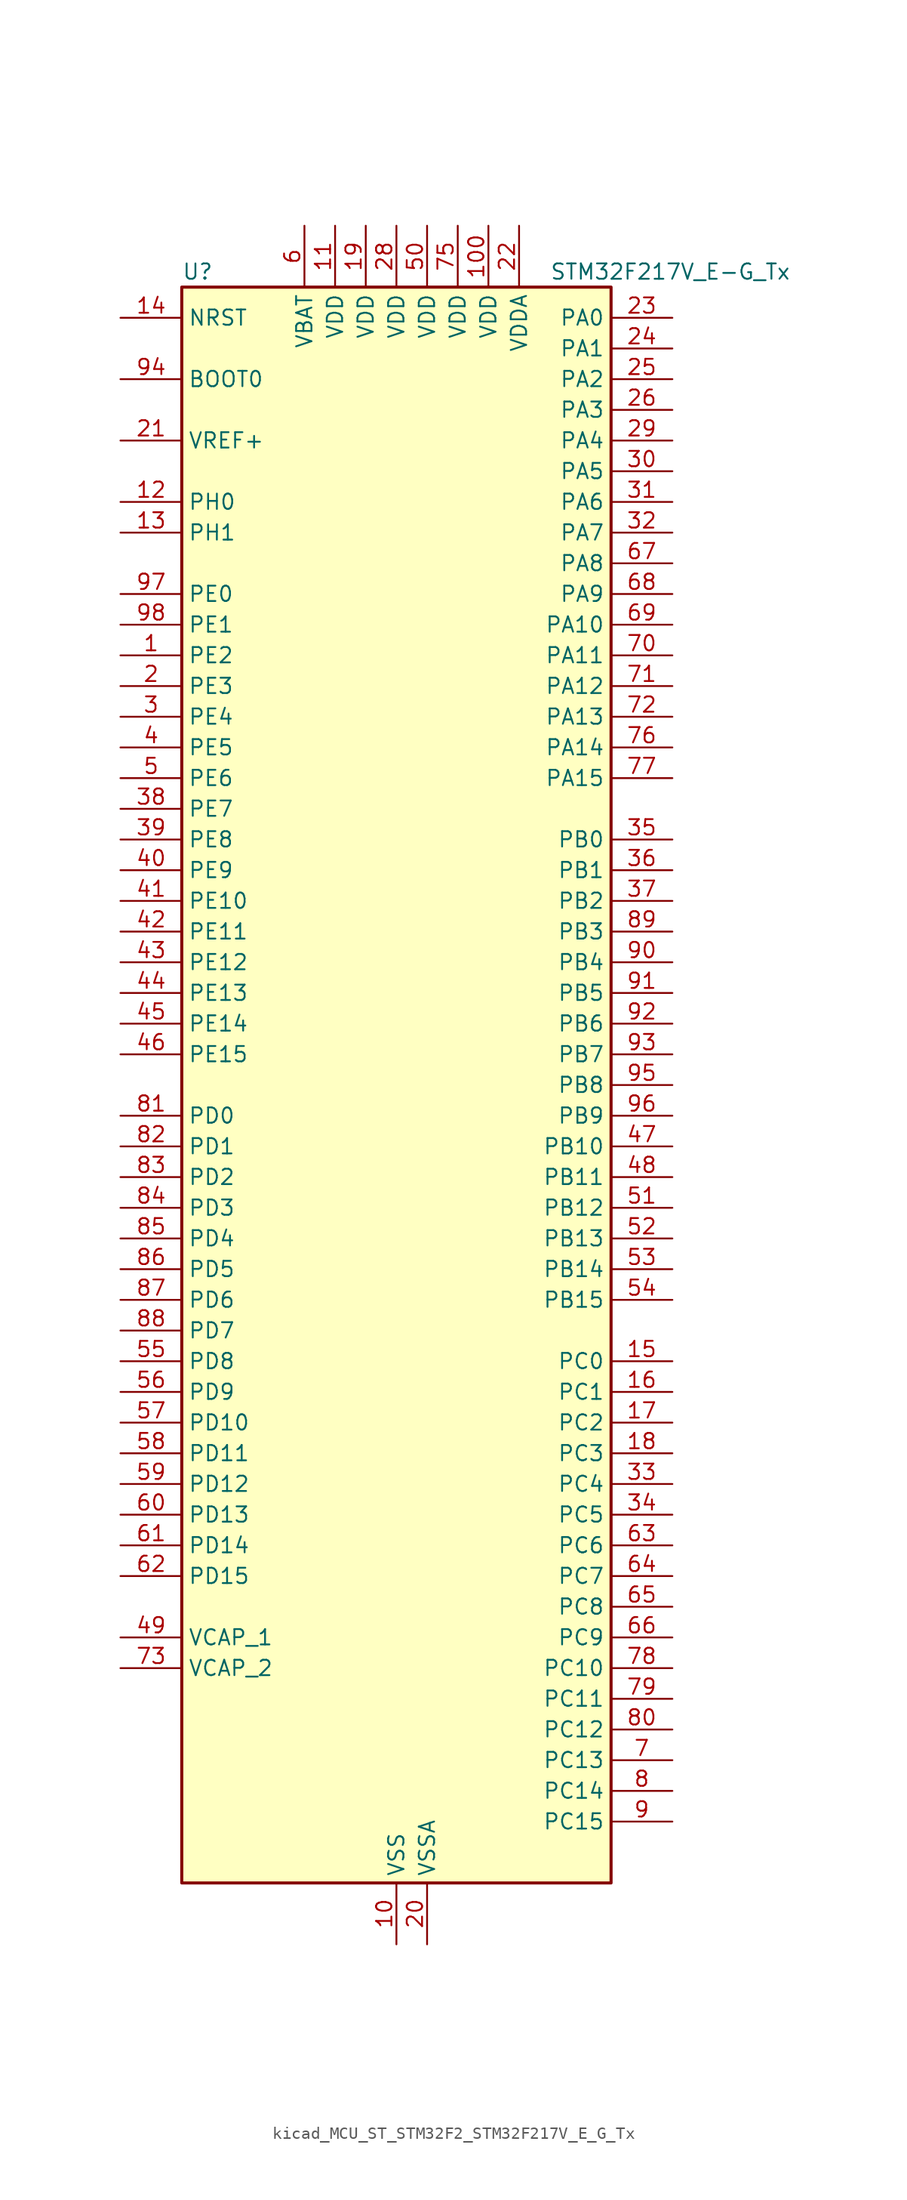
<source format=kicad_sym>
(kicad_symbol_lib
  (version 20220914)
  (generator kicad_symbol_editor)
  (symbol "kicad_MCU_ST_STM32F2_STM32F217V_E_G_Tx"
    (property "Reference" "U"
      (at -17.78 67.31 0)
      (effects (font (size 1.27 1.27)) (justify left)))
    (property "Value" "STM32F217V_E-G_Tx"
      (at 12.7 67.31 0)
      (effects (font (size 1.27 1.27)) (justify left)))
    (property "ki_locked" ""
      (at 0 0 0)
      (effects (font (size 1.27 1.27))))
    (symbol "kicad_MCU_ST_STM32F2_STM32F217V_E_G_Tx_0_1"
      (rectangle (start -17.78 -66.04) (end 17.78 66.04) (stroke (width 0.254) (type default)) (fill (type background))))
    (symbol "kicad_MCU_ST_STM32F2_STM32F217V_E_G_Tx_1_1"
      (pin bidirectional line (at -22.86 35.56 0) (length 5.08) (name "PE2" (effects (font (size 1.27 1.27)))) (number "1" (effects (font (size 1.27 1.27)))) (alternate "ETH_TXD3" bidirectional line) (alternate "FSMC_A23" bidirectional line) (alternate "SYS_TRACECLK" bidirectional line))
      (pin power_in line (at 0 -71.12 90) (length 5.08) (name "VSS" (effects (font (size 1.27 1.27)))) (number "10" (effects (font (size 1.27 1.27)))))
      (pin power_in line (at 7.62 71.12 270) (length 5.08) (name "VDD" (effects (font (size 1.27 1.27)))) (number "100" (effects (font (size 1.27 1.27)))))
      (pin power_in line (at -5.08 71.12 270) (length 5.08) (name "VDD" (effects (font (size 1.27 1.27)))) (number "11" (effects (font (size 1.27 1.27)))))
      (pin bidirectional line (at -22.86 48.26 0) (length 5.08) (name "PH0" (effects (font (size 1.27 1.27)))) (number "12" (effects (font (size 1.27 1.27)))) (alternate "RCC_OSC_IN" bidirectional line))
      (pin bidirectional line (at -22.86 45.72 0) (length 5.08) (name "PH1" (effects (font (size 1.27 1.27)))) (number "13" (effects (font (size 1.27 1.27)))) (alternate "RCC_OSC_OUT" bidirectional line))
      (pin input line (at -22.86 63.5 0) (length 5.08) (name "NRST" (effects (font (size 1.27 1.27)))) (number "14" (effects (font (size 1.27 1.27)))))
      (pin bidirectional line (at 22.86 -22.86 180) (length 5.08) (name "PC0" (effects (font (size 1.27 1.27)))) (number "15" (effects (font (size 1.27 1.27)))) (alternate "ADC1_IN10" bidirectional line) (alternate "ADC2_IN10" bidirectional line) (alternate "ADC3_IN10" bidirectional line) (alternate "USB_OTG_HS_ULPI_STP" bidirectional line))
      (pin bidirectional line (at 22.86 -25.4 180) (length 5.08) (name "PC1" (effects (font (size 1.27 1.27)))) (number "16" (effects (font (size 1.27 1.27)))) (alternate "ADC1_IN11" bidirectional line) (alternate "ADC2_IN11" bidirectional line) (alternate "ADC3_IN11" bidirectional line) (alternate "ETH_MDC" bidirectional line))
      (pin bidirectional line (at 22.86 -27.94 180) (length 5.08) (name "PC2" (effects (font (size 1.27 1.27)))) (number "17" (effects (font (size 1.27 1.27)))) (alternate "ADC1_IN12" bidirectional line) (alternate "ADC2_IN12" bidirectional line) (alternate "ADC3_IN12" bidirectional line) (alternate "ETH_TXD2" bidirectional line) (alternate "SPI2_MISO" bidirectional line) (alternate "USB_OTG_HS_ULPI_DIR" bidirectional line))
      (pin bidirectional line (at 22.86 -30.48 180) (length 5.08) (name "PC3" (effects (font (size 1.27 1.27)))) (number "18" (effects (font (size 1.27 1.27)))) (alternate "ADC1_IN13" bidirectional line) (alternate "ADC2_IN13" bidirectional line) (alternate "ADC3_IN13" bidirectional line) (alternate "ETH_TX_CLK" bidirectional line) (alternate "I2S2_SD" bidirectional line) (alternate "SPI2_MOSI" bidirectional line) (alternate "USB_OTG_HS_ULPI_NXT" bidirectional line))
      (pin power_in line (at -2.54 71.12 270) (length 5.08) (name "VDD" (effects (font (size 1.27 1.27)))) (number "19" (effects (font (size 1.27 1.27)))))
      (pin bidirectional line (at -22.86 33.02 0) (length 5.08) (name "PE3" (effects (font (size 1.27 1.27)))) (number "2" (effects (font (size 1.27 1.27)))) (alternate "FSMC_A19" bidirectional line) (alternate "SYS_TRACED0" bidirectional line))
      (pin power_in line (at 2.54 -71.12 90) (length 5.08) (name "VSSA" (effects (font (size 1.27 1.27)))) (number "20" (effects (font (size 1.27 1.27)))))
      (pin input line (at -22.86 53.34 0) (length 5.08) (name "VREF+" (effects (font (size 1.27 1.27)))) (number "21" (effects (font (size 1.27 1.27)))))
      (pin power_in line (at 10.16 71.12 270) (length 5.08) (name "VDDA" (effects (font (size 1.27 1.27)))) (number "22" (effects (font (size 1.27 1.27)))))
      (pin bidirectional line (at 22.86 63.5 180) (length 5.08) (name "PA0" (effects (font (size 1.27 1.27)))) (number "23" (effects (font (size 1.27 1.27)))) (alternate "ADC1_IN0" bidirectional line) (alternate "ADC2_IN0" bidirectional line) (alternate "ADC3_IN0" bidirectional line) (alternate "ETH_CRS" bidirectional line) (alternate "SYS_WKUP" bidirectional line) (alternate "TIM2_CH1" bidirectional line) (alternate "TIM2_ETR" bidirectional line) (alternate "TIM5_CH1" bidirectional line) (alternate "TIM8_ETR" bidirectional line) (alternate "UART4_TX" bidirectional line) (alternate "USART2_CTS" bidirectional line))
      (pin bidirectional line (at 22.86 60.96 180) (length 5.08) (name "PA1" (effects (font (size 1.27 1.27)))) (number "24" (effects (font (size 1.27 1.27)))) (alternate "ADC1_IN1" bidirectional line) (alternate "ADC2_IN1" bidirectional line) (alternate "ADC3_IN1" bidirectional line) (alternate "ETH_REF_CLK" bidirectional line) (alternate "ETH_RX_CLK" bidirectional line) (alternate "TIM2_CH2" bidirectional line) (alternate "TIM5_CH2" bidirectional line) (alternate "UART4_RX" bidirectional line) (alternate "USART2_RTS" bidirectional line))
      (pin bidirectional line (at 22.86 58.42 180) (length 5.08) (name "PA2" (effects (font (size 1.27 1.27)))) (number "25" (effects (font (size 1.27 1.27)))) (alternate "ADC1_IN2" bidirectional line) (alternate "ADC2_IN2" bidirectional line) (alternate "ADC3_IN2" bidirectional line) (alternate "ETH_MDIO" bidirectional line) (alternate "TIM2_CH3" bidirectional line) (alternate "TIM5_CH3" bidirectional line) (alternate "TIM9_CH1" bidirectional line) (alternate "USART2_TX" bidirectional line))
      (pin bidirectional line (at 22.86 55.88 180) (length 5.08) (name "PA3" (effects (font (size 1.27 1.27)))) (number "26" (effects (font (size 1.27 1.27)))) (alternate "ADC1_IN3" bidirectional line) (alternate "ADC2_IN3" bidirectional line) (alternate "ADC3_IN3" bidirectional line) (alternate "ETH_COL" bidirectional line) (alternate "TIM2_CH4" bidirectional line) (alternate "TIM5_CH4" bidirectional line) (alternate "TIM9_CH2" bidirectional line) (alternate "USART2_RX" bidirectional line) (alternate "USB_OTG_HS_ULPI_D0" bidirectional line))
      (pin passive line (at 0 -71.12 90) (length 5.08) hide (name "VSS" (effects (font (size 1.27 1.27)))) (number "27" (effects (font (size 1.27 1.27)))))
      (pin power_in line (at 0 71.12 270) (length 5.08) (name "VDD" (effects (font (size 1.27 1.27)))) (number "28" (effects (font (size 1.27 1.27)))))
      (pin bidirectional line (at 22.86 53.34 180) (length 5.08) (name "PA4" (effects (font (size 1.27 1.27)))) (number "29" (effects (font (size 1.27 1.27)))) (alternate "ADC1_IN4" bidirectional line) (alternate "ADC2_IN4" bidirectional line) (alternate "DAC_OUT1" bidirectional line) (alternate "DCMI_HSYNC" bidirectional line) (alternate "I2S3_WS" bidirectional line) (alternate "SPI1_NSS" bidirectional line) (alternate "SPI3_NSS" bidirectional line) (alternate "USART2_CK" bidirectional line) (alternate "USB_OTG_HS_SOF" bidirectional line))
      (pin bidirectional line (at -22.86 30.48 0) (length 5.08) (name "PE4" (effects (font (size 1.27 1.27)))) (number "3" (effects (font (size 1.27 1.27)))) (alternate "DCMI_D4" bidirectional line) (alternate "FSMC_A20" bidirectional line) (alternate "SYS_TRACED1" bidirectional line))
      (pin bidirectional line (at 22.86 50.8 180) (length 5.08) (name "PA5" (effects (font (size 1.27 1.27)))) (number "30" (effects (font (size 1.27 1.27)))) (alternate "ADC1_IN5" bidirectional line) (alternate "ADC2_IN5" bidirectional line) (alternate "DAC_OUT2" bidirectional line) (alternate "SPI1_SCK" bidirectional line) (alternate "TIM2_CH1" bidirectional line) (alternate "TIM2_ETR" bidirectional line) (alternate "TIM8_CH1N" bidirectional line) (alternate "USB_OTG_HS_ULPI_CK" bidirectional line))
      (pin bidirectional line (at 22.86 48.26 180) (length 5.08) (name "PA6" (effects (font (size 1.27 1.27)))) (number "31" (effects (font (size 1.27 1.27)))) (alternate "ADC1_IN6" bidirectional line) (alternate "ADC2_IN6" bidirectional line) (alternate "DCMI_PIXCLK" bidirectional line) (alternate "SPI1_MISO" bidirectional line) (alternate "TIM13_CH1" bidirectional line) (alternate "TIM1_BKIN" bidirectional line) (alternate "TIM3_CH1" bidirectional line) (alternate "TIM8_BKIN" bidirectional line))
      (pin bidirectional line (at 22.86 45.72 180) (length 5.08) (name "PA7" (effects (font (size 1.27 1.27)))) (number "32" (effects (font (size 1.27 1.27)))) (alternate "ADC1_IN7" bidirectional line) (alternate "ADC2_IN7" bidirectional line) (alternate "ETH_CRS_DV" bidirectional line) (alternate "ETH_RX_DV" bidirectional line) (alternate "SPI1_MOSI" bidirectional line) (alternate "TIM14_CH1" bidirectional line) (alternate "TIM1_CH1N" bidirectional line) (alternate "TIM3_CH2" bidirectional line) (alternate "TIM8_CH1N" bidirectional line))
      (pin bidirectional line (at 22.86 -33.02 180) (length 5.08) (name "PC4" (effects (font (size 1.27 1.27)))) (number "33" (effects (font (size 1.27 1.27)))) (alternate "ADC1_IN14" bidirectional line) (alternate "ADC2_IN14" bidirectional line) (alternate "ETH_RXD0" bidirectional line))
      (pin bidirectional line (at 22.86 -35.56 180) (length 5.08) (name "PC5" (effects (font (size 1.27 1.27)))) (number "34" (effects (font (size 1.27 1.27)))) (alternate "ADC1_IN15" bidirectional line) (alternate "ADC2_IN15" bidirectional line) (alternate "ETH_RXD1" bidirectional line))
      (pin bidirectional line (at 22.86 20.32 180) (length 5.08) (name "PB0" (effects (font (size 1.27 1.27)))) (number "35" (effects (font (size 1.27 1.27)))) (alternate "ADC1_IN8" bidirectional line) (alternate "ADC2_IN8" bidirectional line) (alternate "ETH_RXD2" bidirectional line) (alternate "TIM1_CH2N" bidirectional line) (alternate "TIM3_CH3" bidirectional line) (alternate "TIM8_CH2N" bidirectional line) (alternate "USB_OTG_HS_ULPI_D1" bidirectional line))
      (pin bidirectional line (at 22.86 17.78 180) (length 5.08) (name "PB1" (effects (font (size 1.27 1.27)))) (number "36" (effects (font (size 1.27 1.27)))) (alternate "ADC1_IN9" bidirectional line) (alternate "ADC2_IN9" bidirectional line) (alternate "ETH_RXD3" bidirectional line) (alternate "TIM1_CH3N" bidirectional line) (alternate "TIM3_CH4" bidirectional line) (alternate "TIM8_CH3N" bidirectional line) (alternate "USB_OTG_HS_ULPI_D2" bidirectional line))
      (pin bidirectional line (at 22.86 15.24 180) (length 5.08) (name "PB2" (effects (font (size 1.27 1.27)))) (number "37" (effects (font (size 1.27 1.27)))))
      (pin bidirectional line (at -22.86 22.86 0) (length 5.08) (name "PE7" (effects (font (size 1.27 1.27)))) (number "38" (effects (font (size 1.27 1.27)))) (alternate "FSMC_D4" bidirectional line) (alternate "FSMC_DA4" bidirectional line) (alternate "TIM1_ETR" bidirectional line))
      (pin bidirectional line (at -22.86 20.32 0) (length 5.08) (name "PE8" (effects (font (size 1.27 1.27)))) (number "39" (effects (font (size 1.27 1.27)))) (alternate "FSMC_D5" bidirectional line) (alternate "FSMC_DA5" bidirectional line) (alternate "TIM1_CH1N" bidirectional line))
      (pin bidirectional line (at -22.86 27.94 0) (length 5.08) (name "PE5" (effects (font (size 1.27 1.27)))) (number "4" (effects (font (size 1.27 1.27)))) (alternate "DCMI_D6" bidirectional line) (alternate "FSMC_A21" bidirectional line) (alternate "SYS_TRACED2" bidirectional line) (alternate "TIM9_CH1" bidirectional line))
      (pin bidirectional line (at -22.86 17.78 0) (length 5.08) (name "PE9" (effects (font (size 1.27 1.27)))) (number "40" (effects (font (size 1.27 1.27)))) (alternate "DAC_EXTI9" bidirectional line) (alternate "FSMC_D6" bidirectional line) (alternate "FSMC_DA6" bidirectional line) (alternate "TIM1_CH1" bidirectional line))
      (pin bidirectional line (at -22.86 15.24 0) (length 5.08) (name "PE10" (effects (font (size 1.27 1.27)))) (number "41" (effects (font (size 1.27 1.27)))) (alternate "FSMC_D7" bidirectional line) (alternate "FSMC_DA7" bidirectional line) (alternate "TIM1_CH2N" bidirectional line))
      (pin bidirectional line (at -22.86 12.7 0) (length 5.08) (name "PE11" (effects (font (size 1.27 1.27)))) (number "42" (effects (font (size 1.27 1.27)))) (alternate "ADC1_EXTI11" bidirectional line) (alternate "ADC2_EXTI11" bidirectional line) (alternate "ADC3_EXTI11" bidirectional line) (alternate "FSMC_D8" bidirectional line) (alternate "FSMC_DA8" bidirectional line) (alternate "TIM1_CH2" bidirectional line))
      (pin bidirectional line (at -22.86 10.16 0) (length 5.08) (name "PE12" (effects (font (size 1.27 1.27)))) (number "43" (effects (font (size 1.27 1.27)))) (alternate "FSMC_D9" bidirectional line) (alternate "FSMC_DA9" bidirectional line) (alternate "TIM1_CH3N" bidirectional line))
      (pin bidirectional line (at -22.86 7.62 0) (length 5.08) (name "PE13" (effects (font (size 1.27 1.27)))) (number "44" (effects (font (size 1.27 1.27)))) (alternate "FSMC_D10" bidirectional line) (alternate "FSMC_DA10" bidirectional line) (alternate "TIM1_CH3" bidirectional line))
      (pin bidirectional line (at -22.86 5.08 0) (length 5.08) (name "PE14" (effects (font (size 1.27 1.27)))) (number "45" (effects (font (size 1.27 1.27)))) (alternate "FSMC_D11" bidirectional line) (alternate "FSMC_DA11" bidirectional line) (alternate "TIM1_CH4" bidirectional line))
      (pin bidirectional line (at -22.86 2.54 0) (length 5.08) (name "PE15" (effects (font (size 1.27 1.27)))) (number "46" (effects (font (size 1.27 1.27)))) (alternate "ADC1_EXTI15" bidirectional line) (alternate "ADC2_EXTI15" bidirectional line) (alternate "ADC3_EXTI15" bidirectional line) (alternate "FSMC_D12" bidirectional line) (alternate "FSMC_DA12" bidirectional line) (alternate "TIM1_BKIN" bidirectional line))
      (pin bidirectional line (at 22.86 -5.08 180) (length 5.08) (name "PB10" (effects (font (size 1.27 1.27)))) (number "47" (effects (font (size 1.27 1.27)))) (alternate "ETH_RX_ER" bidirectional line) (alternate "I2C2_SCL" bidirectional line) (alternate "I2S2_SCK" bidirectional line) (alternate "SPI2_SCK" bidirectional line) (alternate "TIM2_CH3" bidirectional line) (alternate "USART3_TX" bidirectional line) (alternate "USB_OTG_HS_ULPI_D3" bidirectional line))
      (pin bidirectional line (at 22.86 -7.62 180) (length 5.08) (name "PB11" (effects (font (size 1.27 1.27)))) (number "48" (effects (font (size 1.27 1.27)))) (alternate "ADC1_EXTI11" bidirectional line) (alternate "ADC2_EXTI11" bidirectional line) (alternate "ADC3_EXTI11" bidirectional line) (alternate "ETH_TX_EN" bidirectional line) (alternate "I2C2_SDA" bidirectional line) (alternate "TIM2_CH4" bidirectional line) (alternate "USART3_RX" bidirectional line) (alternate "USB_OTG_HS_ULPI_D4" bidirectional line))
      (pin power_out line (at -22.86 -45.72 0) (length 5.08) (name "VCAP_1" (effects (font (size 1.27 1.27)))) (number "49" (effects (font (size 1.27 1.27)))))
      (pin bidirectional line (at -22.86 25.4 0) (length 5.08) (name "PE6" (effects (font (size 1.27 1.27)))) (number "5" (effects (font (size 1.27 1.27)))) (alternate "DCMI_D7" bidirectional line) (alternate "FSMC_A22" bidirectional line) (alternate "SYS_TRACED3" bidirectional line) (alternate "TIM9_CH2" bidirectional line))
      (pin power_in line (at 2.54 71.12 270) (length 5.08) (name "VDD" (effects (font (size 1.27 1.27)))) (number "50" (effects (font (size 1.27 1.27)))))
      (pin bidirectional line (at 22.86 -10.16 180) (length 5.08) (name "PB12" (effects (font (size 1.27 1.27)))) (number "51" (effects (font (size 1.27 1.27)))) (alternate "CAN2_RX" bidirectional line) (alternate "ETH_TXD0" bidirectional line) (alternate "I2C2_SMBA" bidirectional line) (alternate "I2S2_WS" bidirectional line) (alternate "SPI2_NSS" bidirectional line) (alternate "TIM1_BKIN" bidirectional line) (alternate "USART3_CK" bidirectional line) (alternate "USB_OTG_HS_ID" bidirectional line) (alternate "USB_OTG_HS_ULPI_D5" bidirectional line))
      (pin bidirectional line (at 22.86 -12.7 180) (length 5.08) (name "PB13" (effects (font (size 1.27 1.27)))) (number "52" (effects (font (size 1.27 1.27)))) (alternate "CAN2_TX" bidirectional line) (alternate "ETH_TXD1" bidirectional line) (alternate "I2S2_SCK" bidirectional line) (alternate "SPI2_SCK" bidirectional line) (alternate "TIM1_CH1N" bidirectional line) (alternate "USART3_CTS" bidirectional line) (alternate "USB_OTG_HS_ULPI_D6" bidirectional line) (alternate "USB_OTG_HS_VBUS" bidirectional line))
      (pin bidirectional line (at 22.86 -15.24 180) (length 5.08) (name "PB14" (effects (font (size 1.27 1.27)))) (number "53" (effects (font (size 1.27 1.27)))) (alternate "SPI2_MISO" bidirectional line) (alternate "TIM12_CH1" bidirectional line) (alternate "TIM1_CH2N" bidirectional line) (alternate "TIM8_CH2N" bidirectional line) (alternate "USART3_RTS" bidirectional line) (alternate "USB_OTG_HS_DM" bidirectional line))
      (pin bidirectional line (at 22.86 -17.78 180) (length 5.08) (name "PB15" (effects (font (size 1.27 1.27)))) (number "54" (effects (font (size 1.27 1.27)))) (alternate "ADC1_EXTI15" bidirectional line) (alternate "ADC2_EXTI15" bidirectional line) (alternate "ADC3_EXTI15" bidirectional line) (alternate "I2S2_SD" bidirectional line) (alternate "RTC_REFIN" bidirectional line) (alternate "SPI2_MOSI" bidirectional line) (alternate "TIM12_CH2" bidirectional line) (alternate "TIM1_CH3N" bidirectional line) (alternate "TIM8_CH3N" bidirectional line) (alternate "USB_OTG_HS_DP" bidirectional line))
      (pin bidirectional line (at -22.86 -22.86 0) (length 5.08) (name "PD8" (effects (font (size 1.27 1.27)))) (number "55" (effects (font (size 1.27 1.27)))) (alternate "FSMC_D13" bidirectional line) (alternate "FSMC_DA13" bidirectional line) (alternate "USART3_TX" bidirectional line))
      (pin bidirectional line (at -22.86 -25.4 0) (length 5.08) (name "PD9" (effects (font (size 1.27 1.27)))) (number "56" (effects (font (size 1.27 1.27)))) (alternate "DAC_EXTI9" bidirectional line) (alternate "FSMC_D14" bidirectional line) (alternate "FSMC_DA14" bidirectional line) (alternate "USART3_RX" bidirectional line))
      (pin bidirectional line (at -22.86 -27.94 0) (length 5.08) (name "PD10" (effects (font (size 1.27 1.27)))) (number "57" (effects (font (size 1.27 1.27)))) (alternate "FSMC_D15" bidirectional line) (alternate "FSMC_DA15" bidirectional line) (alternate "USART3_CK" bidirectional line))
      (pin bidirectional line (at -22.86 -30.48 0) (length 5.08) (name "PD11" (effects (font (size 1.27 1.27)))) (number "58" (effects (font (size 1.27 1.27)))) (alternate "ADC1_EXTI11" bidirectional line) (alternate "ADC2_EXTI11" bidirectional line) (alternate "ADC3_EXTI11" bidirectional line) (alternate "FSMC_A16" bidirectional line) (alternate "FSMC_CLE" bidirectional line) (alternate "USART3_CTS" bidirectional line))
      (pin bidirectional line (at -22.86 -33.02 0) (length 5.08) (name "PD12" (effects (font (size 1.27 1.27)))) (number "59" (effects (font (size 1.27 1.27)))) (alternate "FSMC_A17" bidirectional line) (alternate "FSMC_ALE" bidirectional line) (alternate "TIM4_CH1" bidirectional line) (alternate "USART3_RTS" bidirectional line))
      (pin power_in line (at -7.62 71.12 270) (length 5.08) (name "VBAT" (effects (font (size 1.27 1.27)))) (number "6" (effects (font (size 1.27 1.27)))))
      (pin bidirectional line (at -22.86 -35.56 0) (length 5.08) (name "PD13" (effects (font (size 1.27 1.27)))) (number "60" (effects (font (size 1.27 1.27)))) (alternate "FSMC_A18" bidirectional line) (alternate "TIM4_CH2" bidirectional line))
      (pin bidirectional line (at -22.86 -38.1 0) (length 5.08) (name "PD14" (effects (font (size 1.27 1.27)))) (number "61" (effects (font (size 1.27 1.27)))) (alternate "FSMC_D0" bidirectional line) (alternate "FSMC_DA0" bidirectional line) (alternate "TIM4_CH3" bidirectional line))
      (pin bidirectional line (at -22.86 -40.64 0) (length 5.08) (name "PD15" (effects (font (size 1.27 1.27)))) (number "62" (effects (font (size 1.27 1.27)))) (alternate "ADC1_EXTI15" bidirectional line) (alternate "ADC2_EXTI15" bidirectional line) (alternate "ADC3_EXTI15" bidirectional line) (alternate "FSMC_D1" bidirectional line) (alternate "FSMC_DA1" bidirectional line) (alternate "TIM4_CH4" bidirectional line))
      (pin bidirectional line (at 22.86 -38.1 180) (length 5.08) (name "PC6" (effects (font (size 1.27 1.27)))) (number "63" (effects (font (size 1.27 1.27)))) (alternate "DCMI_D0" bidirectional line) (alternate "I2S2_MCK" bidirectional line) (alternate "SDIO_D6" bidirectional line) (alternate "TIM3_CH1" bidirectional line) (alternate "TIM8_CH1" bidirectional line) (alternate "USART6_TX" bidirectional line))
      (pin bidirectional line (at 22.86 -40.64 180) (length 5.08) (name "PC7" (effects (font (size 1.27 1.27)))) (number "64" (effects (font (size 1.27 1.27)))) (alternate "DCMI_D1" bidirectional line) (alternate "I2S3_MCK" bidirectional line) (alternate "SDIO_D7" bidirectional line) (alternate "TIM3_CH2" bidirectional line) (alternate "TIM8_CH2" bidirectional line) (alternate "USART6_RX" bidirectional line))
      (pin bidirectional line (at 22.86 -43.18 180) (length 5.08) (name "PC8" (effects (font (size 1.27 1.27)))) (number "65" (effects (font (size 1.27 1.27)))) (alternate "DCMI_D2" bidirectional line) (alternate "SDIO_D0" bidirectional line) (alternate "TIM3_CH3" bidirectional line) (alternate "TIM8_CH3" bidirectional line) (alternate "USART6_CK" bidirectional line))
      (pin bidirectional line (at 22.86 -45.72 180) (length 5.08) (name "PC9" (effects (font (size 1.27 1.27)))) (number "66" (effects (font (size 1.27 1.27)))) (alternate "DAC_EXTI9" bidirectional line) (alternate "DCMI_D3" bidirectional line) (alternate "I2C3_SDA" bidirectional line) (alternate "I2S_CKIN" bidirectional line) (alternate "RCC_MCO_2" bidirectional line) (alternate "SDIO_D1" bidirectional line) (alternate "TIM3_CH4" bidirectional line) (alternate "TIM8_CH4" bidirectional line))
      (pin bidirectional line (at 22.86 43.18 180) (length 5.08) (name "PA8" (effects (font (size 1.27 1.27)))) (number "67" (effects (font (size 1.27 1.27)))) (alternate "I2C3_SCL" bidirectional line) (alternate "RCC_MCO_1" bidirectional line) (alternate "TIM1_CH1" bidirectional line) (alternate "USART1_CK" bidirectional line) (alternate "USB_OTG_FS_SOF" bidirectional line))
      (pin bidirectional line (at 22.86 40.64 180) (length 5.08) (name "PA9" (effects (font (size 1.27 1.27)))) (number "68" (effects (font (size 1.27 1.27)))) (alternate "DAC_EXTI9" bidirectional line) (alternate "DCMI_D0" bidirectional line) (alternate "I2C3_SMBA" bidirectional line) (alternate "TIM1_CH2" bidirectional line) (alternate "USART1_TX" bidirectional line) (alternate "USB_OTG_FS_VBUS" bidirectional line))
      (pin bidirectional line (at 22.86 38.1 180) (length 5.08) (name "PA10" (effects (font (size 1.27 1.27)))) (number "69" (effects (font (size 1.27 1.27)))) (alternate "DCMI_D1" bidirectional line) (alternate "TIM1_CH3" bidirectional line) (alternate "USART1_RX" bidirectional line) (alternate "USB_OTG_FS_ID" bidirectional line))
      (pin bidirectional line (at 22.86 -55.88 180) (length 5.08) (name "PC13" (effects (font (size 1.27 1.27)))) (number "7" (effects (font (size 1.27 1.27)))) (alternate "RTC_AF1" bidirectional line))
      (pin bidirectional line (at 22.86 35.56 180) (length 5.08) (name "PA11" (effects (font (size 1.27 1.27)))) (number "70" (effects (font (size 1.27 1.27)))) (alternate "ADC1_EXTI11" bidirectional line) (alternate "ADC2_EXTI11" bidirectional line) (alternate "ADC3_EXTI11" bidirectional line) (alternate "CAN1_RX" bidirectional line) (alternate "TIM1_CH4" bidirectional line) (alternate "USART1_CTS" bidirectional line) (alternate "USB_OTG_FS_DM" bidirectional line))
      (pin bidirectional line (at 22.86 33.02 180) (length 5.08) (name "PA12" (effects (font (size 1.27 1.27)))) (number "71" (effects (font (size 1.27 1.27)))) (alternate "CAN1_TX" bidirectional line) (alternate "TIM1_ETR" bidirectional line) (alternate "USART1_RTS" bidirectional line) (alternate "USB_OTG_FS_DP" bidirectional line))
      (pin bidirectional line (at 22.86 30.48 180) (length 5.08) (name "PA13" (effects (font (size 1.27 1.27)))) (number "72" (effects (font (size 1.27 1.27)))) (alternate "SYS_JTMS-SWDIO" bidirectional line))
      (pin power_out line (at -22.86 -48.26 0) (length 5.08) (name "VCAP_2" (effects (font (size 1.27 1.27)))) (number "73" (effects (font (size 1.27 1.27)))))
      (pin passive line (at 0 -71.12 90) (length 5.08) hide (name "VSS" (effects (font (size 1.27 1.27)))) (number "74" (effects (font (size 1.27 1.27)))))
      (pin power_in line (at 5.08 71.12 270) (length 5.08) (name "VDD" (effects (font (size 1.27 1.27)))) (number "75" (effects (font (size 1.27 1.27)))))
      (pin bidirectional line (at 22.86 27.94 180) (length 5.08) (name "PA14" (effects (font (size 1.27 1.27)))) (number "76" (effects (font (size 1.27 1.27)))) (alternate "SYS_JTCK-SWCLK" bidirectional line))
      (pin bidirectional line (at 22.86 25.4 180) (length 5.08) (name "PA15" (effects (font (size 1.27 1.27)))) (number "77" (effects (font (size 1.27 1.27)))) (alternate "ADC1_EXTI15" bidirectional line) (alternate "ADC2_EXTI15" bidirectional line) (alternate "ADC3_EXTI15" bidirectional line) (alternate "I2S3_WS" bidirectional line) (alternate "SPI1_NSS" bidirectional line) (alternate "SPI3_NSS" bidirectional line) (alternate "SYS_JTDI" bidirectional line) (alternate "TIM2_CH1" bidirectional line) (alternate "TIM2_ETR" bidirectional line))
      (pin bidirectional line (at 22.86 -48.26 180) (length 5.08) (name "PC10" (effects (font (size 1.27 1.27)))) (number "78" (effects (font (size 1.27 1.27)))) (alternate "DCMI_D8" bidirectional line) (alternate "I2S3_SCK" bidirectional line) (alternate "SDIO_D2" bidirectional line) (alternate "SPI3_SCK" bidirectional line) (alternate "UART4_TX" bidirectional line) (alternate "USART3_TX" bidirectional line))
      (pin bidirectional line (at 22.86 -50.8 180) (length 5.08) (name "PC11" (effects (font (size 1.27 1.27)))) (number "79" (effects (font (size 1.27 1.27)))) (alternate "ADC1_EXTI11" bidirectional line) (alternate "ADC2_EXTI11" bidirectional line) (alternate "ADC3_EXTI11" bidirectional line) (alternate "DCMI_D4" bidirectional line) (alternate "SDIO_D3" bidirectional line) (alternate "SPI3_MISO" bidirectional line) (alternate "UART4_RX" bidirectional line) (alternate "USART3_RX" bidirectional line))
      (pin bidirectional line (at 22.86 -58.42 180) (length 5.08) (name "PC14" (effects (font (size 1.27 1.27)))) (number "8" (effects (font (size 1.27 1.27)))) (alternate "RCC_OSC32_IN" bidirectional line))
      (pin bidirectional line (at 22.86 -53.34 180) (length 5.08) (name "PC12" (effects (font (size 1.27 1.27)))) (number "80" (effects (font (size 1.27 1.27)))) (alternate "DCMI_D9" bidirectional line) (alternate "I2S3_SD" bidirectional line) (alternate "SDIO_CK" bidirectional line) (alternate "SPI3_MOSI" bidirectional line) (alternate "UART5_TX" bidirectional line) (alternate "USART3_CK" bidirectional line))
      (pin bidirectional line (at -22.86 -2.54 0) (length 5.08) (name "PD0" (effects (font (size 1.27 1.27)))) (number "81" (effects (font (size 1.27 1.27)))) (alternate "CAN1_RX" bidirectional line) (alternate "FSMC_D2" bidirectional line) (alternate "FSMC_DA2" bidirectional line))
      (pin bidirectional line (at -22.86 -5.08 0) (length 5.08) (name "PD1" (effects (font (size 1.27 1.27)))) (number "82" (effects (font (size 1.27 1.27)))) (alternate "CAN1_TX" bidirectional line) (alternate "FSMC_D3" bidirectional line) (alternate "FSMC_DA3" bidirectional line))
      (pin bidirectional line (at -22.86 -7.62 0) (length 5.08) (name "PD2" (effects (font (size 1.27 1.27)))) (number "83" (effects (font (size 1.27 1.27)))) (alternate "DCMI_D11" bidirectional line) (alternate "SDIO_CMD" bidirectional line) (alternate "TIM3_ETR" bidirectional line) (alternate "UART5_RX" bidirectional line))
      (pin bidirectional line (at -22.86 -10.16 0) (length 5.08) (name "PD3" (effects (font (size 1.27 1.27)))) (number "84" (effects (font (size 1.27 1.27)))) (alternate "FSMC_CLK" bidirectional line) (alternate "USART2_CTS" bidirectional line))
      (pin bidirectional line (at -22.86 -12.7 0) (length 5.08) (name "PD4" (effects (font (size 1.27 1.27)))) (number "85" (effects (font (size 1.27 1.27)))) (alternate "FSMC_NOE" bidirectional line) (alternate "USART2_RTS" bidirectional line))
      (pin bidirectional line (at -22.86 -15.24 0) (length 5.08) (name "PD5" (effects (font (size 1.27 1.27)))) (number "86" (effects (font (size 1.27 1.27)))) (alternate "FSMC_NWE" bidirectional line) (alternate "USART2_TX" bidirectional line))
      (pin bidirectional line (at -22.86 -17.78 0) (length 5.08) (name "PD6" (effects (font (size 1.27 1.27)))) (number "87" (effects (font (size 1.27 1.27)))) (alternate "FSMC_NWAIT" bidirectional line) (alternate "USART2_RX" bidirectional line))
      (pin bidirectional line (at -22.86 -20.32 0) (length 5.08) (name "PD7" (effects (font (size 1.27 1.27)))) (number "88" (effects (font (size 1.27 1.27)))) (alternate "FSMC_NCE2" bidirectional line) (alternate "FSMC_NE1" bidirectional line) (alternate "USART2_CK" bidirectional line))
      (pin bidirectional line (at 22.86 12.7 180) (length 5.08) (name "PB3" (effects (font (size 1.27 1.27)))) (number "89" (effects (font (size 1.27 1.27)))) (alternate "I2S3_SCK" bidirectional line) (alternate "SPI1_SCK" bidirectional line) (alternate "SPI3_SCK" bidirectional line) (alternate "SYS_JTDO-SWO" bidirectional line) (alternate "TIM2_CH2" bidirectional line))
      (pin bidirectional line (at 22.86 -60.96 180) (length 5.08) (name "PC15" (effects (font (size 1.27 1.27)))) (number "9" (effects (font (size 1.27 1.27)))) (alternate "ADC1_EXTI15" bidirectional line) (alternate "ADC2_EXTI15" bidirectional line) (alternate "ADC3_EXTI15" bidirectional line) (alternate "RCC_OSC32_OUT" bidirectional line))
      (pin bidirectional line (at 22.86 10.16 180) (length 5.08) (name "PB4" (effects (font (size 1.27 1.27)))) (number "90" (effects (font (size 1.27 1.27)))) (alternate "SPI1_MISO" bidirectional line) (alternate "SPI3_MISO" bidirectional line) (alternate "SYS_JTRST" bidirectional line) (alternate "TIM3_CH1" bidirectional line))
      (pin bidirectional line (at 22.86 7.62 180) (length 5.08) (name "PB5" (effects (font (size 1.27 1.27)))) (number "91" (effects (font (size 1.27 1.27)))) (alternate "CAN2_RX" bidirectional line) (alternate "DCMI_D10" bidirectional line) (alternate "ETH_PPS_OUT" bidirectional line) (alternate "I2C1_SMBA" bidirectional line) (alternate "I2S3_SD" bidirectional line) (alternate "SPI1_MOSI" bidirectional line) (alternate "SPI3_MOSI" bidirectional line) (alternate "TIM3_CH2" bidirectional line) (alternate "USB_OTG_HS_ULPI_D7" bidirectional line))
      (pin bidirectional line (at 22.86 5.08 180) (length 5.08) (name "PB6" (effects (font (size 1.27 1.27)))) (number "92" (effects (font (size 1.27 1.27)))) (alternate "CAN2_TX" bidirectional line) (alternate "DCMI_D5" bidirectional line) (alternate "I2C1_SCL" bidirectional line) (alternate "TIM4_CH1" bidirectional line) (alternate "USART1_TX" bidirectional line))
      (pin bidirectional line (at 22.86 2.54 180) (length 5.08) (name "PB7" (effects (font (size 1.27 1.27)))) (number "93" (effects (font (size 1.27 1.27)))) (alternate "DCMI_VSYNC" bidirectional line) (alternate "FSMC_NL" bidirectional line) (alternate "I2C1_SDA" bidirectional line) (alternate "TIM4_CH2" bidirectional line) (alternate "USART1_RX" bidirectional line))
      (pin input line (at -22.86 58.42 0) (length 5.08) (name "BOOT0" (effects (font (size 1.27 1.27)))) (number "94" (effects (font (size 1.27 1.27)))))
      (pin bidirectional line (at 22.86 0 180) (length 5.08) (name "PB8" (effects (font (size 1.27 1.27)))) (number "95" (effects (font (size 1.27 1.27)))) (alternate "CAN1_RX" bidirectional line) (alternate "DCMI_D6" bidirectional line) (alternate "ETH_TXD3" bidirectional line) (alternate "I2C1_SCL" bidirectional line) (alternate "SDIO_D4" bidirectional line) (alternate "TIM10_CH1" bidirectional line) (alternate "TIM4_CH3" bidirectional line))
      (pin bidirectional line (at 22.86 -2.54 180) (length 5.08) (name "PB9" (effects (font (size 1.27 1.27)))) (number "96" (effects (font (size 1.27 1.27)))) (alternate "CAN1_TX" bidirectional line) (alternate "DAC_EXTI9" bidirectional line) (alternate "DCMI_D7" bidirectional line) (alternate "I2C1_SDA" bidirectional line) (alternate "I2S2_WS" bidirectional line) (alternate "SDIO_D5" bidirectional line) (alternate "SPI2_NSS" bidirectional line) (alternate "TIM11_CH1" bidirectional line) (alternate "TIM4_CH4" bidirectional line))
      (pin bidirectional line (at -22.86 40.64 0) (length 5.08) (name "PE0" (effects (font (size 1.27 1.27)))) (number "97" (effects (font (size 1.27 1.27)))) (alternate "DCMI_D2" bidirectional line) (alternate "FSMC_NBL0" bidirectional line) (alternate "TIM4_ETR" bidirectional line))
      (pin bidirectional line (at -22.86 38.1 0) (length 5.08) (name "PE1" (effects (font (size 1.27 1.27)))) (number "98" (effects (font (size 1.27 1.27)))) (alternate "DCMI_D3" bidirectional line) (alternate "FSMC_NBL1" bidirectional line))
      (pin no_connect line (at -17.78 -66.04 0) (length 5.08) hide (name "RFU" (effects (font (size 1.27 1.27)))) (number "99" (effects (font (size 1.27 1.27))))))))
</source>
